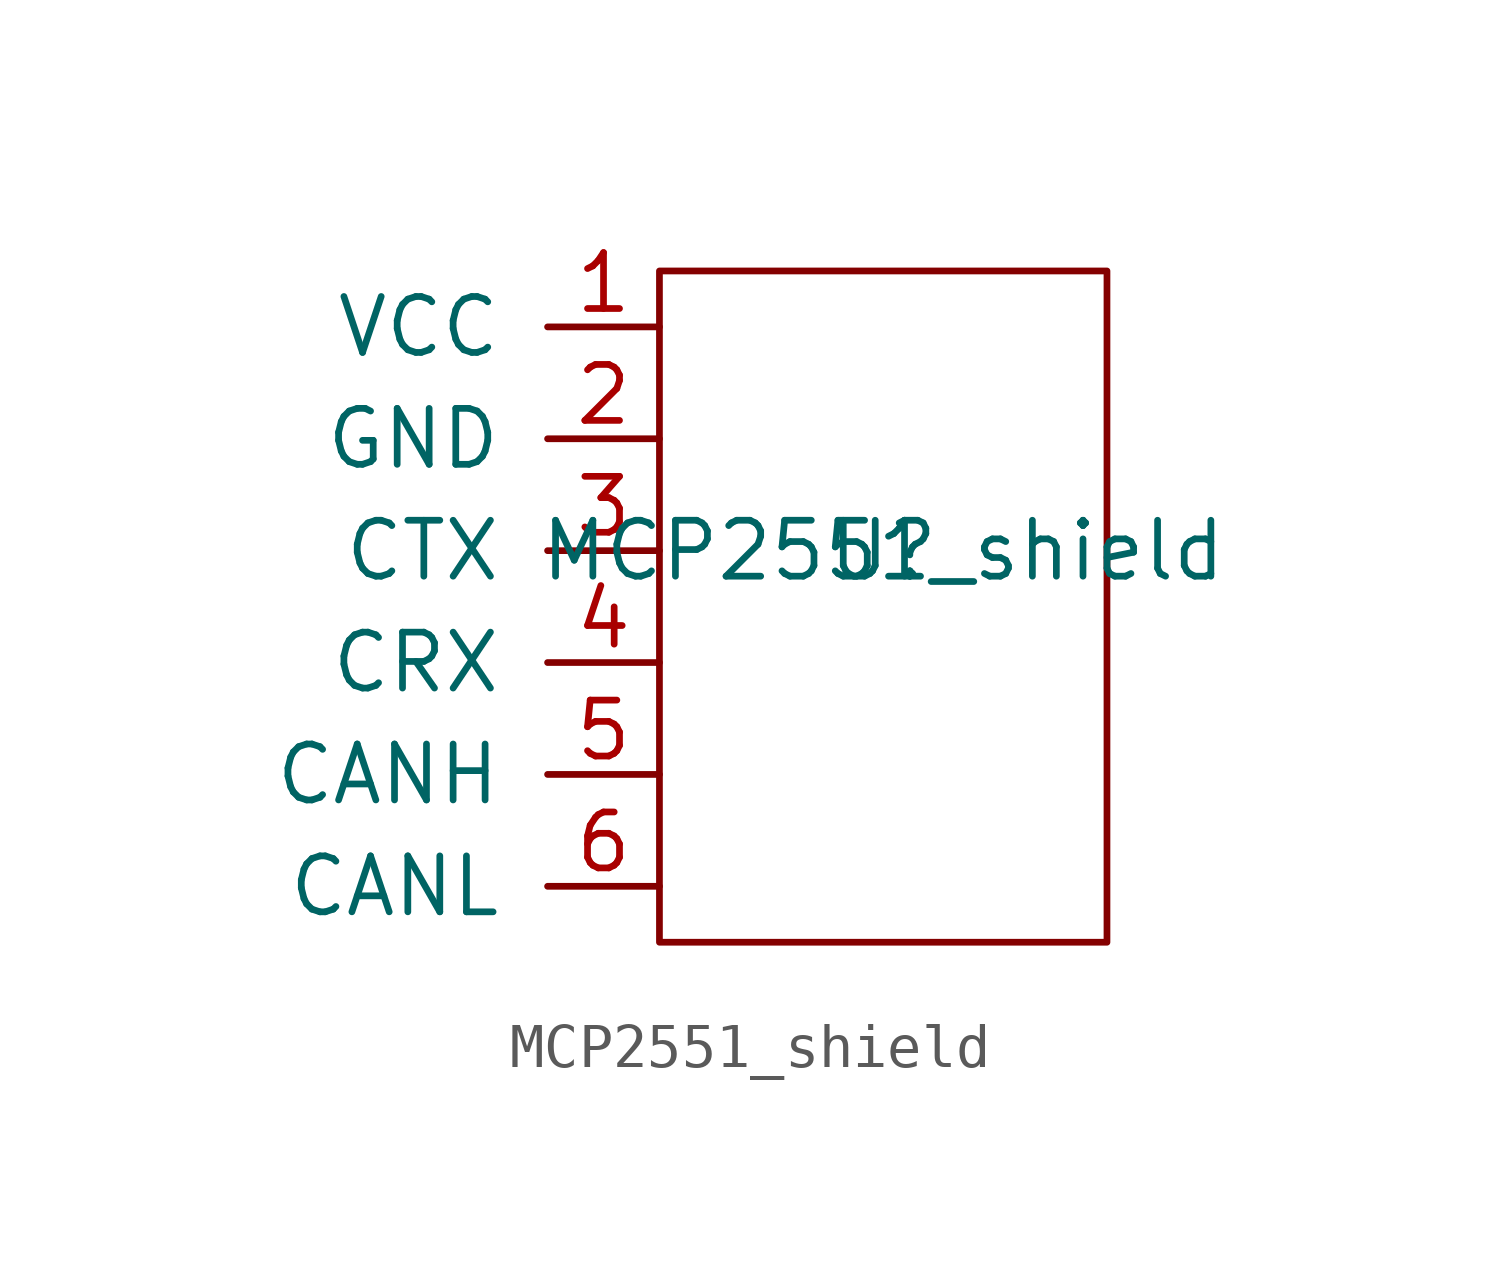
<source format=kicad_sym>
(kicad_symbol_lib
  (version 20211014)
  (generator kicad_symbol_editor)
  (symbol "MCP2551_shield"
    (pin_names
      (offset 1.016))
    (property "Reference" "U"
      (at 0 0 0)
      (effects (font (size 1.27 1.27))))
    (property "Value" "MCP2551_shield"
      (at 0 0 0)
      (effects (font (size 1.27 1.27))))
    (symbol "MCP2551_shield_0_1"
      (rectangle (start -5.08 6.35) (end 5.08 -8.89) (stroke (width 0) (type default) (color 0 0 0 0)) (fill (type none))))
    (symbol "MCP2551_shield_1_1"
      (pin input line (at -5.08 5.08 180) (length 2.54) (name "VCC" (effects (font (size 1.27 1.27)))) (number "1" (effects (font (size 1.27 1.27)))))
      (pin input line (at -5.08 2.54 180) (length 2.54) (name "GND" (effects (font (size 1.27 1.27)))) (number "2" (effects (font (size 1.27 1.27)))))
      (pin input line (at -5.08 0 180) (length 2.54) (name "CTX" (effects (font (size 1.27 1.27)))) (number "3" (effects (font (size 1.27 1.27)))))
      (pin output line (at -5.08 -2.54 180) (length 2.54) (name "CRX" (effects (font (size 1.27 1.27)))) (number "4" (effects (font (size 1.27 1.27)))))
      (pin bidirectional line (at -5.08 -5.08 180) (length 2.54) (name "CANH" (effects (font (size 1.27 1.27)))) (number "5" (effects (font (size 1.27 1.27)))))
      (pin bidirectional line (at -5.08 -7.62 180) (length 2.54) (name "CANL" (effects (font (size 1.27 1.27)))) (number "6" (effects (font (size 1.27 1.27))))))))
</source>
